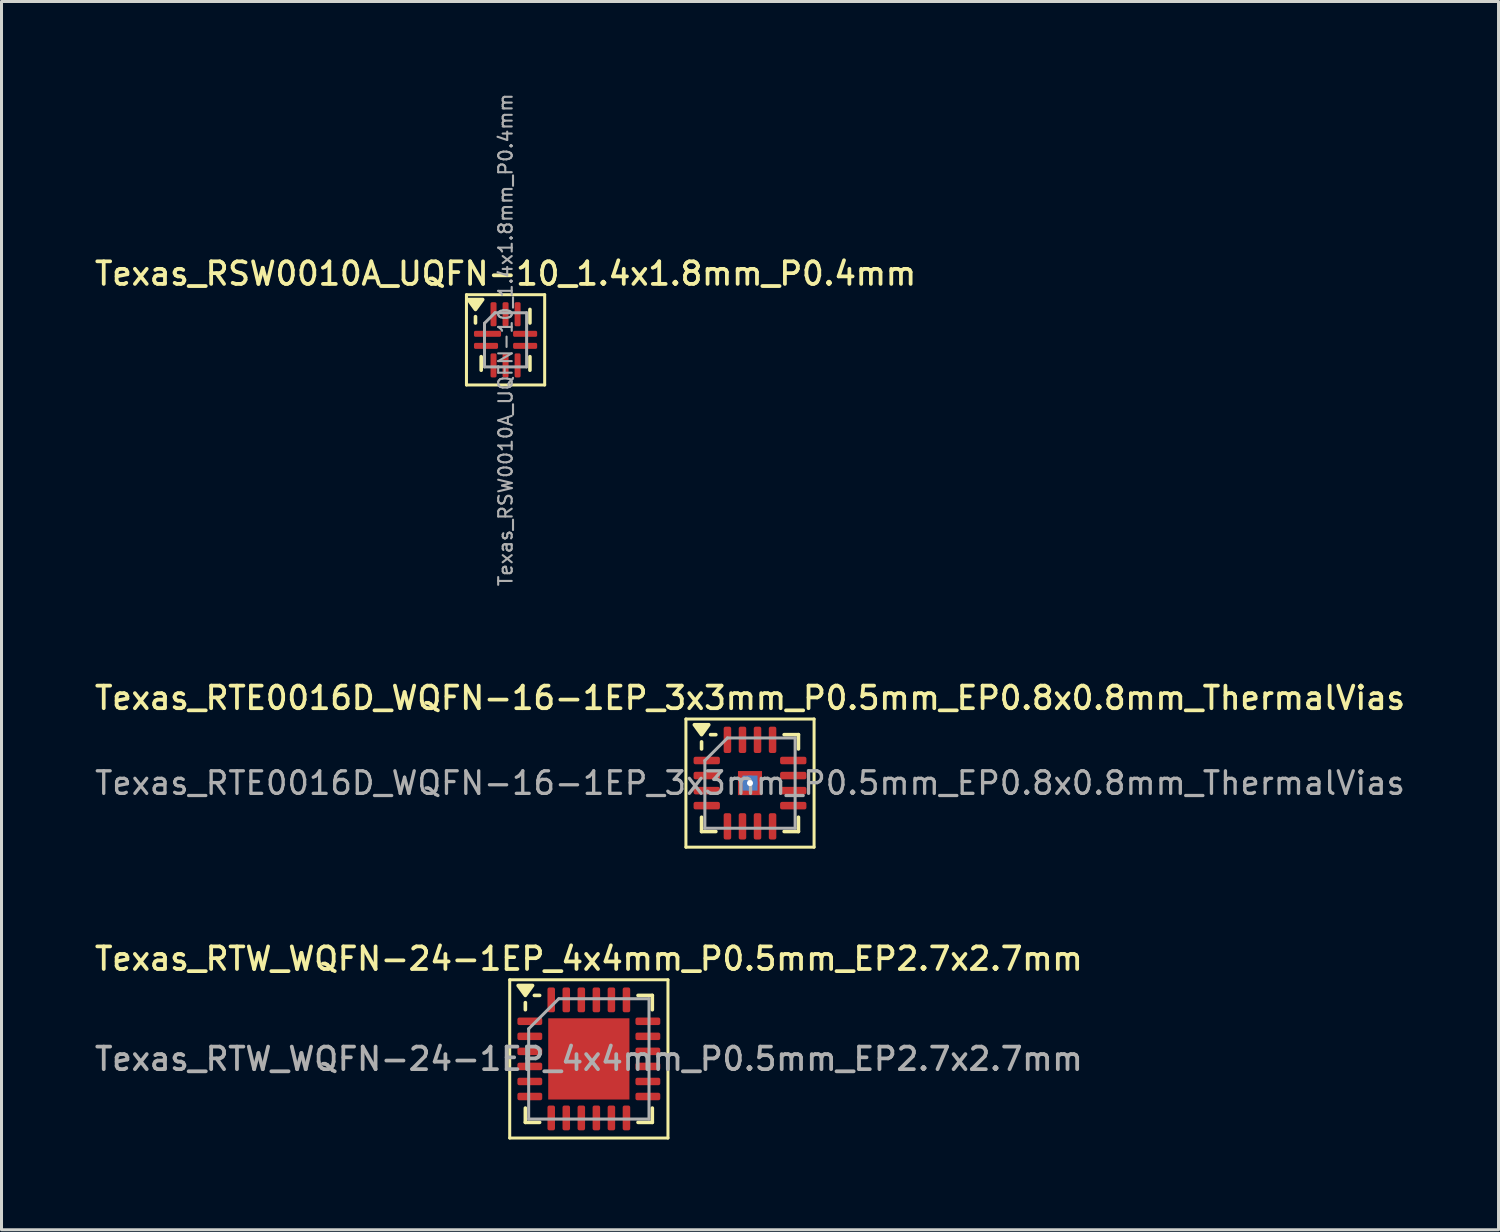
<source format=kicad_pcb>
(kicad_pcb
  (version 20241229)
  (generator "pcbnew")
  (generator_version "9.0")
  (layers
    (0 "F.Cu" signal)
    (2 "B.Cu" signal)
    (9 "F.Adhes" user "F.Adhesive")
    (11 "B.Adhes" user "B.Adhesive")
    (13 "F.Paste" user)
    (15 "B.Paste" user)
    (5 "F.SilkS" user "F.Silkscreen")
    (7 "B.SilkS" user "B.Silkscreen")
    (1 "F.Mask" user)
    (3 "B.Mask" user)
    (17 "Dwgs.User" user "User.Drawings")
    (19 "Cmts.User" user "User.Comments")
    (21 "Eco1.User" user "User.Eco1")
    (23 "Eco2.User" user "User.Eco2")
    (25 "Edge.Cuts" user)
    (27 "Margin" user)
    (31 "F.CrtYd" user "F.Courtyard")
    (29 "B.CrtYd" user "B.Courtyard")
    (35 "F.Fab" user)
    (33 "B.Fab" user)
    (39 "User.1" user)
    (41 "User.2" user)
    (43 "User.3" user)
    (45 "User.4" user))
  (footprint "Texas_RTE0016D_WQFN-16-1EP_3x3mm_P0.5mm_EP0.8x0.8mm_ThermalVias"
    (layer "F.Cu")
    (at 21.88 22.98)
    (property "Reference" "Texas_RTE0016D_WQFN-16-1EP_3x3mm_P0.5mm_EP0.8x0.8mm_ThermalVias" (at 0 -2.83 0) (layer "F.SilkS") (effects (font (size 0.75 0.75) (thickness 0.125))))
    (attr smd)
    (fp_line (start -2.13 -2.13) (end -2.13 2.13) (stroke (width 0.1) (type solid)) (layer "F.SilkS"))
    (fp_line (start -2.13 2.13) (end 2.13 2.13) (stroke (width 0.1) (type solid)) (layer "F.SilkS"))
    (fp_line (start -1.61 -1.135) (end -1.61 -1.37) (stroke (width 0.12) (type solid)) (layer "F.SilkS"))
    (fp_line (start -1.61 1.61) (end -1.61 1.135) (stroke (width 0.12) (type solid)) (layer "F.SilkS"))
    (fp_line (start -1.135 -1.61) (end -1.31 -1.61) (stroke (width 0.12) (type solid)) (layer "F.SilkS"))
    (fp_line (start -1.135 1.61) (end -1.61 1.61) (stroke (width 0.12) (type solid)) (layer "F.SilkS"))
    (fp_line (start 1.135 -1.61) (end 1.61 -1.61) (stroke (width 0.12) (type solid)) (layer "F.SilkS"))
    (fp_line (start 1.135 1.61) (end 1.61 1.61) (stroke (width 0.12) (type solid)) (layer "F.SilkS"))
    (fp_line (start 1.61 -1.61) (end 1.61 -1.135) (stroke (width 0.12) (type solid)) (layer "F.SilkS"))
    (fp_line (start 1.61 1.61) (end 1.61 1.135) (stroke (width 0.12) (type solid)) (layer "F.SilkS"))
    (fp_line (start 2.13 -2.13) (end -2.13 -2.13) (stroke (width 0.1) (type solid)) (layer "F.SilkS"))
    (fp_line (start 2.13 2.13) (end 2.13 -2.13) (stroke (width 0.1) (type solid)) (layer "F.SilkS"))
    (fp_poly (pts (xy -1.61 -1.61) (xy -1.85 -1.94) (xy -1.37 -1.94) (xy -1.61 -1.61)) (stroke (width 0.12) (type solid)) (fill yes) (layer "F.SilkS"))
    (fp_line (start -1.5 -0.75) (end -0.75 -1.5) (stroke (width 0.1) (type solid)) (layer "F.Fab"))
    (fp_line (start -1.5 1.5) (end -1.5 -0.75) (stroke (width 0.1) (type solid)) (layer "F.Fab"))
    (fp_line (start -0.75 -1.5) (end 1.5 -1.5) (stroke (width 0.1) (type solid)) (layer "F.Fab"))
    (fp_line (start 1.5 -1.5) (end 1.5 1.5) (stroke (width 0.1) (type solid)) (layer "F.Fab"))
    (fp_line (start 1.5 1.5) (end -1.5 1.5) (stroke (width 0.1) (type solid)) (layer "F.Fab"))
    (fp_text user "${REFERENCE}" (at 0 0 0) (layer "F.Fab") (effects (font (size 0.75 0.75) (thickness 0.11))))
    (pad "" smd roundrect (at 0 0) (size 0.76 0.76) (layers "F.Paste") (roundrect_rratio 0.25))
    (pad "1" smd roundrect (at -1.438 -0.75) (size 0.875 0.25) (layers "F.Cu" "F.Mask" "F.Paste") (roundrect_rratio 0.25))
    (pad "2" smd roundrect (at -1.438 -0.25) (size 0.875 0.25) (layers "F.Cu" "F.Mask" "F.Paste") (roundrect_rratio 0.25))
    (pad "3" smd roundrect (at -1.438 0.25) (size 0.875 0.25) (layers "F.Cu" "F.Mask" "F.Paste") (roundrect_rratio 0.25))
    (pad "4" smd roundrect (at -1.438 0.75) (size 0.875 0.25) (layers "F.Cu" "F.Mask" "F.Paste") (roundrect_rratio 0.25))
    (pad "5" smd roundrect (at -0.75 1.438) (size 0.25 0.875) (layers "F.Cu" "F.Mask" "F.Paste") (roundrect_rratio 0.25))
    (pad "6" smd roundrect (at -0.25 1.438) (size 0.25 0.875) (layers "F.Cu" "F.Mask" "F.Paste") (roundrect_rratio 0.25))
    (pad "7" smd roundrect (at 0.25 1.438) (size 0.25 0.875) (layers "F.Cu" "F.Mask" "F.Paste") (roundrect_rratio 0.25))
    (pad "8" smd roundrect (at 0.75 1.438) (size 0.25 0.875) (layers "F.Cu" "F.Mask" "F.Paste") (roundrect_rratio 0.25))
    (pad "9" smd roundrect (at 1.438 0.75) (size 0.875 0.25) (layers "F.Cu" "F.Mask" "F.Paste") (roundrect_rratio 0.25))
    (pad "10" smd roundrect (at 1.438 0.25) (size 0.875 0.25) (layers "F.Cu" "F.Mask" "F.Paste") (roundrect_rratio 0.25))
    (pad "11" smd roundrect (at 1.438 -0.25) (size 0.875 0.25) (layers "F.Cu" "F.Mask" "F.Paste") (roundrect_rratio 0.25))
    (pad "12" smd roundrect (at 1.438 -0.75) (size 0.875 0.25) (layers "F.Cu" "F.Mask" "F.Paste") (roundrect_rratio 0.25))
    (pad "13" smd roundrect (at 0.75 -1.438) (size 0.25 0.875) (layers "F.Cu" "F.Mask" "F.Paste") (roundrect_rratio 0.25))
    (pad "14" smd roundrect (at 0.25 -1.438) (size 0.25 0.875) (layers "F.Cu" "F.Mask" "F.Paste") (roundrect_rratio 0.25))
    (pad "15" smd roundrect (at -0.25 -1.438) (size 0.25 0.875) (layers "F.Cu" "F.Mask" "F.Paste") (roundrect_rratio 0.25))
    (pad "16" smd roundrect (at -0.75 -1.438) (size 0.25 0.875) (layers "F.Cu" "F.Mask" "F.Paste") (roundrect_rratio 0.25))
    (pad "17" thru_hole circle (at 0 0) (size 0.5 0.5) (drill 0.2) (property pad_prop_heatsink) (layers "*.Cu"))
    (pad "17" smd rect (at 0 0) (size 0.5 0.5) (property pad_prop_heatsink) (layers "B.Cu"))
    (pad "17" smd rect (at 0 0) (size 0.8 0.8) (property pad_prop_heatsink) (layers "F.Cu" "F.Mask")))
  (footprint "Texas_RTW_WQFN-24-1EP_4x4mm_P0.5mm_EP2.7x2.7mm"
    (layer "F.Cu")
    (at 16.523 32.148)
    (property "Reference" "Texas_RTW_WQFN-24-1EP_4x4mm_P0.5mm_EP2.7x2.7mm" (at 0 -3.33 0) (layer "F.SilkS") (effects (font (size 0.75 0.75) (thickness 0.125))))
    (attr smd)
    (fp_line (start -2.63 -2.63) (end -2.63 2.63) (stroke (width 0.1) (type solid)) (layer "F.SilkS"))
    (fp_line (start -2.63 2.63) (end 2.63 2.63) (stroke (width 0.1) (type solid)) (layer "F.SilkS"))
    (fp_line (start -2.11 -1.635) (end -2.11 -1.87) (stroke (width 0.12) (type solid)) (layer "F.SilkS"))
    (fp_line (start -2.11 2.11) (end -2.11 1.635) (stroke (width 0.12) (type solid)) (layer "F.SilkS"))
    (fp_line (start -1.635 -2.11) (end -1.81 -2.11) (stroke (width 0.12) (type solid)) (layer "F.SilkS"))
    (fp_line (start -1.635 2.11) (end -2.11 2.11) (stroke (width 0.12) (type solid)) (layer "F.SilkS"))
    (fp_line (start 1.635 -2.11) (end 2.11 -2.11) (stroke (width 0.12) (type solid)) (layer "F.SilkS"))
    (fp_line (start 1.635 2.11) (end 2.11 2.11) (stroke (width 0.12) (type solid)) (layer "F.SilkS"))
    (fp_line (start 2.11 -2.11) (end 2.11 -1.635) (stroke (width 0.12) (type solid)) (layer "F.SilkS"))
    (fp_line (start 2.11 2.11) (end 2.11 1.635) (stroke (width 0.12) (type solid)) (layer "F.SilkS"))
    (fp_line (start 2.63 -2.63) (end -2.63 -2.63) (stroke (width 0.1) (type solid)) (layer "F.SilkS"))
    (fp_line (start 2.63 2.63) (end 2.63 -2.63) (stroke (width 0.1) (type solid)) (layer "F.SilkS"))
    (fp_poly (pts (xy -2.11 -2.11) (xy -2.35 -2.44) (xy -1.87 -2.44) (xy -2.11 -2.11)) (stroke (width 0.12) (type solid)) (fill yes) (layer "F.SilkS"))
    (fp_line (start -2 -1) (end -1 -2) (stroke (width 0.1) (type solid)) (layer "F.Fab"))
    (fp_line (start -2 2) (end -2 -1) (stroke (width 0.1) (type solid)) (layer "F.Fab"))
    (fp_line (start -1 -2) (end 2 -2) (stroke (width 0.1) (type solid)) (layer "F.Fab"))
    (fp_line (start 2 -2) (end 2 2) (stroke (width 0.1) (type solid)) (layer "F.Fab"))
    (fp_line (start 2 2) (end -2 2) (stroke (width 0.1) (type solid)) (layer "F.Fab"))
    (fp_text user "${REFERENCE}" (at 0 0 0) (layer "F.Fab") (effects (font (size 0.75 0.75) (thickness 0.125))))
    (pad "" smd roundrect (at -0.675 -0.675) (size 1.09 1.09) (layers "F.Paste") (roundrect_rratio 0.229))
    (pad "" smd roundrect (at -0.675 0.675) (size 1.09 1.09) (layers "F.Paste") (roundrect_rratio 0.229))
    (pad "" smd roundrect (at 0.675 -0.675) (size 1.09 1.09) (layers "F.Paste") (roundrect_rratio 0.229))
    (pad "" smd roundrect (at 0.675 0.675) (size 1.09 1.09) (layers "F.Paste") (roundrect_rratio 0.229))
    (pad "1" smd roundrect (at -1.962 -1.25) (size 0.825 0.25) (layers "F.Cu" "F.Mask" "F.Paste") (roundrect_rratio 0.25))
    (pad "2" smd roundrect (at -1.962 -0.75) (size 0.825 0.25) (layers "F.Cu" "F.Mask" "F.Paste") (roundrect_rratio 0.25))
    (pad "3" smd roundrect (at -1.962 -0.25) (size 0.825 0.25) (layers "F.Cu" "F.Mask" "F.Paste") (roundrect_rratio 0.25))
    (pad "4" smd roundrect (at -1.962 0.25) (size 0.825 0.25) (layers "F.Cu" "F.Mask" "F.Paste") (roundrect_rratio 0.25))
    (pad "5" smd roundrect (at -1.962 0.75) (size 0.825 0.25) (layers "F.Cu" "F.Mask" "F.Paste") (roundrect_rratio 0.25))
    (pad "6" smd roundrect (at -1.962 1.25) (size 0.825 0.25) (layers "F.Cu" "F.Mask" "F.Paste") (roundrect_rratio 0.25))
    (pad "7" smd roundrect (at -1.25 1.962) (size 0.25 0.825) (layers "F.Cu" "F.Mask" "F.Paste") (roundrect_rratio 0.25))
    (pad "8" smd roundrect (at -0.75 1.962) (size 0.25 0.825) (layers "F.Cu" "F.Mask" "F.Paste") (roundrect_rratio 0.25))
    (pad "9" smd roundrect (at -0.25 1.962) (size 0.25 0.825) (layers "F.Cu" "F.Mask" "F.Paste") (roundrect_rratio 0.25))
    (pad "10" smd roundrect (at 0.25 1.962) (size 0.25 0.825) (layers "F.Cu" "F.Mask" "F.Paste") (roundrect_rratio 0.25))
    (pad "11" smd roundrect (at 0.75 1.962) (size 0.25 0.825) (layers "F.Cu" "F.Mask" "F.Paste") (roundrect_rratio 0.25))
    (pad "12" smd roundrect (at 1.25 1.962) (size 0.25 0.825) (layers "F.Cu" "F.Mask" "F.Paste") (roundrect_rratio 0.25))
    (pad "13" smd roundrect (at 1.962 1.25) (size 0.825 0.25) (layers "F.Cu" "F.Mask" "F.Paste") (roundrect_rratio 0.25))
    (pad "14" smd roundrect (at 1.962 0.75) (size 0.825 0.25) (layers "F.Cu" "F.Mask" "F.Paste") (roundrect_rratio 0.25))
    (pad "15" smd roundrect (at 1.962 0.25) (size 0.825 0.25) (layers "F.Cu" "F.Mask" "F.Paste") (roundrect_rratio 0.25))
    (pad "16" smd roundrect (at 1.962 -0.25) (size 0.825 0.25) (layers "F.Cu" "F.Mask" "F.Paste") (roundrect_rratio 0.25))
    (pad "17" smd roundrect (at 1.962 -0.75) (size 0.825 0.25) (layers "F.Cu" "F.Mask" "F.Paste") (roundrect_rratio 0.25))
    (pad "18" smd roundrect (at 1.962 -1.25) (size 0.825 0.25) (layers "F.Cu" "F.Mask" "F.Paste") (roundrect_rratio 0.25))
    (pad "19" smd roundrect (at 1.25 -1.962) (size 0.25 0.825) (layers "F.Cu" "F.Mask" "F.Paste") (roundrect_rratio 0.25))
    (pad "20" smd roundrect (at 0.75 -1.962) (size 0.25 0.825) (layers "F.Cu" "F.Mask" "F.Paste") (roundrect_rratio 0.25))
    (pad "21" smd roundrect (at 0.25 -1.962) (size 0.25 0.825) (layers "F.Cu" "F.Mask" "F.Paste") (roundrect_rratio 0.25))
    (pad "22" smd roundrect (at -0.25 -1.962) (size 0.25 0.825) (layers "F.Cu" "F.Mask" "F.Paste") (roundrect_rratio 0.25))
    (pad "23" smd roundrect (at -0.75 -1.962) (size 0.25 0.825) (layers "F.Cu" "F.Mask" "F.Paste") (roundrect_rratio 0.25))
    (pad "24" smd roundrect (at -1.25 -1.962) (size 0.25 0.825) (layers "F.Cu" "F.Mask" "F.Paste") (roundrect_rratio 0.25))
    (pad "25" smd rect (at 0 0) (size 2.7 2.7) (property pad_prop_heatsink) (layers "F.Cu" "F.Mask")))
  (footprint "Texas_RSW0010A_UQFN-10_1.4x1.8mm_P0.4mm"
    (layer "F.Cu")
    (at 13.755 8.246)
    (property "Reference" "Texas_RSW0010A_UQFN-10_1.4x1.8mm_P0.4mm" (at 0 -2.2 0) (layer "F.SilkS") (effects (font (size 0.75 0.75) (thickness 0.125))))
    (attr smd)
    (fp_line (start -1.3 -1.5) (end -1.3 1.5) (stroke (width 0.1) (type solid)) (layer "F.SilkS"))
    (fp_line (start -1.3 1.5) (end 1.3 1.5) (stroke (width 0.1) (type solid)) (layer "F.SilkS"))
    (fp_line (start -1 -0.56) (end -1 -0.77) (stroke (width 0.12) (type solid)) (layer "F.SilkS"))
    (fp_line (start -0.81 1.01) (end -0.81 0.56) (stroke (width 0.12) (type solid)) (layer "F.SilkS"))
    (fp_line (start 0.81 -1.01) (end 0.81 -0.56) (stroke (width 0.12) (type solid)) (layer "F.SilkS"))
    (fp_line (start 0.81 1.01) (end 0.81 0.56) (stroke (width 0.12) (type solid)) (layer "F.SilkS"))
    (fp_line (start 1.3 -1.5) (end -1.3 -1.5) (stroke (width 0.1) (type solid)) (layer "F.SilkS"))
    (fp_line (start 1.3 1.5) (end 1.3 -1.5) (stroke (width 0.1) (type solid)) (layer "F.SilkS"))
    (fp_poly (pts (xy -1 -1.01) (xy -1.24 -1.34) (xy -0.76 -1.34) (xy -1 -1.01)) (stroke (width 0.12) (type solid)) (fill yes) (layer "F.SilkS"))
    (fp_line (start -0.7 -0.55) (end -0.35 -0.9) (stroke (width 0.1) (type solid)) (layer "F.Fab"))
    (fp_line (start -0.7 0.9) (end -0.7 -0.55) (stroke (width 0.1) (type solid)) (layer "F.Fab"))
    (fp_line (start -0.35 -0.9) (end 0.7 -0.9) (stroke (width 0.1) (type solid)) (layer "F.Fab"))
    (fp_line (start 0.7 -0.9) (end 0.7 0.9) (stroke (width 0.1) (type solid)) (layer "F.Fab"))
    (fp_line (start 0.7 0.9) (end -0.7 0.9) (stroke (width 0.1) (type solid)) (layer "F.Fab"))
    (fp_text user "${REFERENCE}" (at 0 0 90) (layer "F.Fab") (effects (font (size 0.45 0.45) (thickness 0.07))))
    (pad "1" smd roundrect (at -0.6 -0.2) (size 0.9 0.2) (layers "F.Cu" "F.Mask" "F.Paste") (roundrect_rratio 0.25))
    (pad "2" smd roundrect (at -0.65 0.2) (size 0.8 0.2) (layers "F.Cu" "F.Mask" "F.Paste") (roundrect_rratio 0.25))
    (pad "3" smd roundrect (at -0.4 0.85) (size 0.2 0.8) (layers "F.Cu" "F.Mask" "F.Paste") (roundrect_rratio 0.25))
    (pad "4" smd roundrect (at 0 0.85) (size 0.2 0.8) (layers "F.Cu" "F.Mask" "F.Paste") (roundrect_rratio 0.25))
    (pad "5" smd roundrect (at 0.4 0.85) (size 0.2 0.8) (layers "F.Cu" "F.Mask" "F.Paste") (roundrect_rratio 0.25))
    (pad "6" smd roundrect (at 0.65 0.2) (size 0.8 0.2) (layers "F.Cu" "F.Mask" "F.Paste") (roundrect_rratio 0.25))
    (pad "7" smd roundrect (at 0.65 -0.2) (size 0.8 0.2) (layers "F.Cu" "F.Mask" "F.Paste") (roundrect_rratio 0.25))
    (pad "8" smd roundrect (at 0.4 -0.85) (size 0.2 0.8) (layers "F.Cu" "F.Mask" "F.Paste") (roundrect_rratio 0.25))
    (pad "9" smd roundrect (at 0 -0.85) (size 0.2 0.8) (layers "F.Cu" "F.Mask" "F.Paste") (roundrect_rratio 0.25))
    (pad "10" smd roundrect (at -0.4 -0.85) (size 0.2 0.8) (layers "F.Cu" "F.Mask" "F.Paste") (roundrect_rratio 0.25)))
  (gr_rect
    (start -3 -3)
    (end 46.761 37.828)
    (stroke (width 0.1) (type default))
    (fill no)
    (layer "Edge.Cuts")))
</source>
